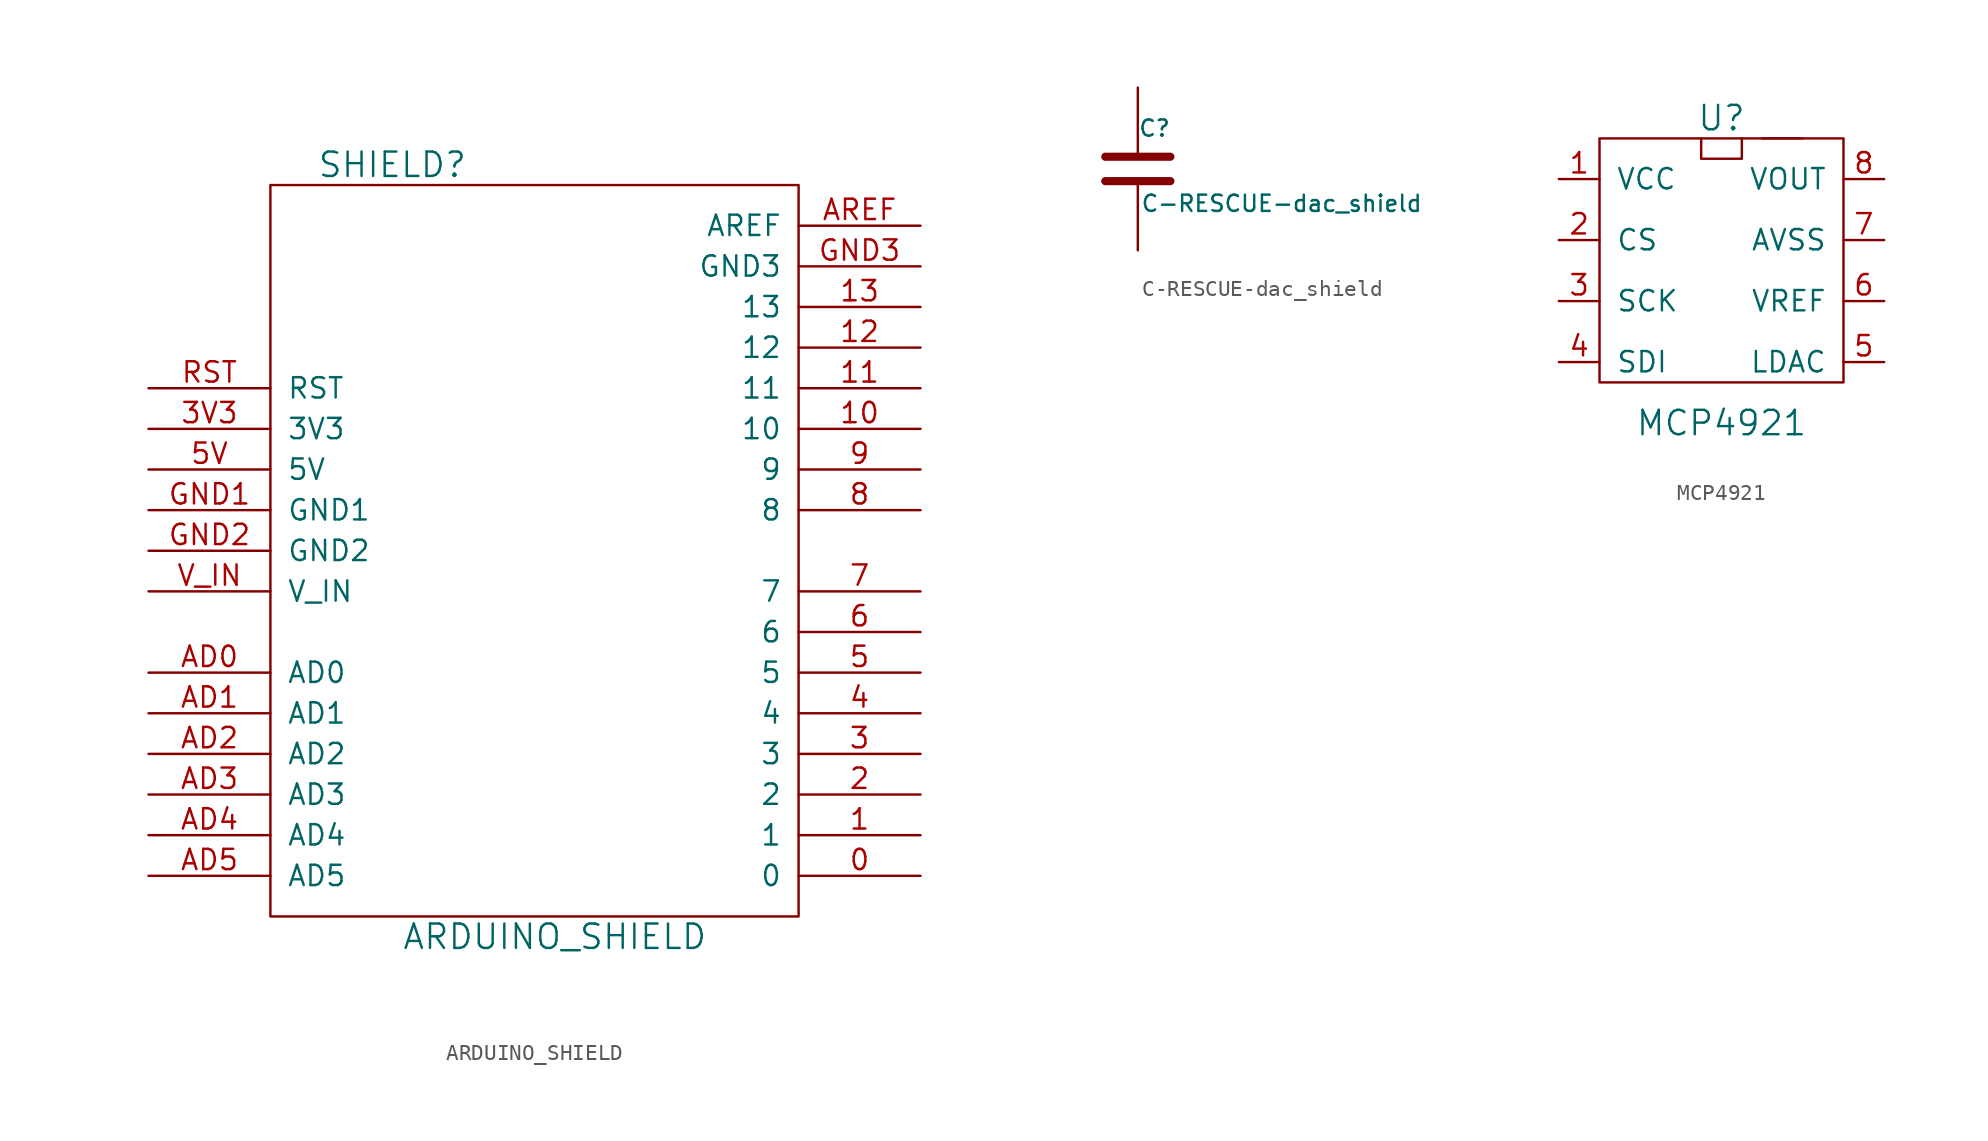
<source format=kicad_sym>
(kicad_symbol_lib
  (version 20211014)
  (generator kicad_symbol_editor)
  (symbol "ARDUINO_SHIELD"
    (pin_names
      (offset 1.016))
    (property "Reference" "SHIELD"
      (at -8.89 24.13 0)
      (effects (font (size 1.524 1.524))))
    (property "Value" "ARDUINO_SHIELD"
      (at 1.27 -24.13 0)
      (effects (font (size 1.524 1.524))))
    (property "Footprint" ""
      (at 0 0 0)
      (effects (font (size 1.524 1.524))))
    (property "Datasheet" ""
      (at 0 0 0)
      (effects (font (size 1.524 1.524))))
    (symbol "ARDUINO_SHIELD_0_1"
      (rectangle (start -16.51 -22.86) (end 16.51 22.86) (stroke (width 0) (type default) (color 0 0 0 0)) (fill (type none))))
    (symbol "ARDUINO_SHIELD_1_1"
      (pin bidirectional line (at 24.13 -20.32 180) (length 7.62) (name "0" (effects (font (size 1.27 1.27)))) (number "0" (effects (font (size 1.27 1.27)))))
      (pin bidirectional line (at 24.13 -17.78 180) (length 7.62) (name "1" (effects (font (size 1.27 1.27)))) (number "1" (effects (font (size 1.27 1.27)))))
      (pin bidirectional line (at 24.13 7.62 180) (length 7.62) (name "10" (effects (font (size 1.27 1.27)))) (number "10" (effects (font (size 1.27 1.27)))))
      (pin bidirectional line (at 24.13 10.16 180) (length 7.62) (name "11" (effects (font (size 1.27 1.27)))) (number "11" (effects (font (size 1.27 1.27)))))
      (pin bidirectional line (at 24.13 12.7 180) (length 7.62) (name "12" (effects (font (size 1.27 1.27)))) (number "12" (effects (font (size 1.27 1.27)))))
      (pin bidirectional line (at 24.13 15.24 180) (length 7.62) (name "13" (effects (font (size 1.27 1.27)))) (number "13" (effects (font (size 1.27 1.27)))))
      (pin bidirectional line (at 24.13 -15.24 180) (length 7.62) (name "2" (effects (font (size 1.27 1.27)))) (number "2" (effects (font (size 1.27 1.27)))))
      (pin bidirectional line (at 24.13 -12.7 180) (length 7.62) (name "3" (effects (font (size 1.27 1.27)))) (number "3" (effects (font (size 1.27 1.27)))))
      (pin power_in line (at -24.13 7.62 0) (length 7.62) (name "3V3" (effects (font (size 1.27 1.27)))) (number "3V3" (effects (font (size 1.27 1.27)))))
      (pin bidirectional line (at 24.13 -10.16 180) (length 7.62) (name "4" (effects (font (size 1.27 1.27)))) (number "4" (effects (font (size 1.27 1.27)))))
      (pin bidirectional line (at 24.13 -7.62 180) (length 7.62) (name "5" (effects (font (size 1.27 1.27)))) (number "5" (effects (font (size 1.27 1.27)))))
      (pin power_in line (at -24.13 5.08 0) (length 7.62) (name "5V" (effects (font (size 1.27 1.27)))) (number "5V" (effects (font (size 1.27 1.27)))))
      (pin bidirectional line (at 24.13 -5.08 180) (length 7.62) (name "6" (effects (font (size 1.27 1.27)))) (number "6" (effects (font (size 1.27 1.27)))))
      (pin bidirectional line (at 24.13 -2.54 180) (length 7.62) (name "7" (effects (font (size 1.27 1.27)))) (number "7" (effects (font (size 1.27 1.27)))))
      (pin bidirectional line (at 24.13 2.54 180) (length 7.62) (name "8" (effects (font (size 1.27 1.27)))) (number "8" (effects (font (size 1.27 1.27)))))
      (pin bidirectional line (at 24.13 5.08 180) (length 7.62) (name "9" (effects (font (size 1.27 1.27)))) (number "9" (effects (font (size 1.27 1.27)))))
      (pin bidirectional line (at -24.13 -7.62 0) (length 7.62) (name "AD0" (effects (font (size 1.27 1.27)))) (number "AD0" (effects (font (size 1.27 1.27)))))
      (pin bidirectional line (at -24.13 -10.16 0) (length 7.62) (name "AD1" (effects (font (size 1.27 1.27)))) (number "AD1" (effects (font (size 1.27 1.27)))))
      (pin bidirectional line (at -24.13 -12.7 0) (length 7.62) (name "AD2" (effects (font (size 1.27 1.27)))) (number "AD2" (effects (font (size 1.27 1.27)))))
      (pin bidirectional line (at -24.13 -15.24 0) (length 7.62) (name "AD3" (effects (font (size 1.27 1.27)))) (number "AD3" (effects (font (size 1.27 1.27)))))
      (pin bidirectional line (at -24.13 -17.78 0) (length 7.62) (name "AD4" (effects (font (size 1.27 1.27)))) (number "AD4" (effects (font (size 1.27 1.27)))))
      (pin bidirectional line (at -24.13 -20.32 0) (length 7.62) (name "AD5" (effects (font (size 1.27 1.27)))) (number "AD5" (effects (font (size 1.27 1.27)))))
      (pin power_in line (at 24.13 20.32 180) (length 7.62) (name "AREF" (effects (font (size 1.27 1.27)))) (number "AREF" (effects (font (size 1.27 1.27)))))
      (pin power_in line (at -24.13 2.54 0) (length 7.62) (name "GND1" (effects (font (size 1.27 1.27)))) (number "GND1" (effects (font (size 1.27 1.27)))))
      (pin power_in line (at -24.13 0 0) (length 7.62) (name "GND2" (effects (font (size 1.27 1.27)))) (number "GND2" (effects (font (size 1.27 1.27)))))
      (pin power_in line (at 24.13 17.78 180) (length 7.62) (name "GND3" (effects (font (size 1.27 1.27)))) (number "GND3" (effects (font (size 1.27 1.27)))))
      (pin input line (at -24.13 10.16 0) (length 7.62) (name "RST" (effects (font (size 1.27 1.27)))) (number "RST" (effects (font (size 1.27 1.27)))))
      (pin power_in line (at -24.13 -2.54 0) (length 7.62) (name "V_IN" (effects (font (size 1.27 1.27)))) (number "V_IN" (effects (font (size 1.27 1.27)))))))
  (symbol "C-RESCUE-dac_shield"
    (pin_numbers hide)
    (pin_names
      (offset 0.254))
    (property "Reference" "C"
      (at 0 2.54 0)
      (effects (font (size 1.016 1.016)) (justify left)))
    (property "Value" "C-RESCUE-dac_shield"
      (at 0.152 -2.159 0)
      (effects (font (size 1.016 1.016)) (justify left)))
    (property "Footprint" ""
      (at 0.965 -3.81 0)
      (effects (font (size 0.762 0.762))))
    (property "Datasheet" ""
      (at 0 0 0)
      (effects (font (size 1.524 1.524))))
    (symbol "C-RESCUE-dac_shield_0_1"
      (polyline (pts (xy -2.032 -0.762) (xy 2.032 -0.762)) (stroke (width 0.508) (type default) (color 0 0 0 0)) (fill (type none)))
      (polyline (pts (xy -2.032 0.762) (xy 2.032 0.762)) (stroke (width 0.508) (type default) (color 0 0 0 0)) (fill (type none))))
    (symbol "C-RESCUE-dac_shield_1_1"
      (pin passive line (at 0 5.08 270) (length 4.318) (name "~" (effects (font (size 1.016 1.016)))) (number "1" (effects (font (size 1.016 1.016)))))
      (pin passive line (at 0 -5.08 90) (length 4.318) (name "~" (effects (font (size 1.016 1.016)))) (number "2" (effects (font (size 1.016 1.016)))))))
  (symbol "MCP4921"
    (pin_names
      (offset 1.016))
    (property "Reference" "U"
      (at 0 8.89 0)
      (effects (font (size 1.524 1.524))))
    (property "Value" "MCP4921"
      (at 0 -10.16 0)
      (effects (font (size 1.524 1.524))))
    (property "Footprint" ""
      (at 0 0 0)
      (effects (font (size 1.524 1.524))))
    (property "Datasheet" ""
      (at 0 0 0)
      (effects (font (size 1.524 1.524))))
    (symbol "MCP4921_0_1"
      (rectangle (start -7.62 7.62) (end 7.62 -7.62) (stroke (width 0) (type default) (color 0 0 0 0)) (fill (type none)))
      (polyline (pts (xy 1.27 7.62) (xy 1.27 7.62)) (stroke (width 0) (type default) (color 0 0 0 0)) (fill (type none)))
      (polyline (pts (xy 5.08 7.62) (xy 2.54 7.62) (xy 2.54 7.62) (xy 2.54 7.62)) (stroke (width 0) (type default) (color 0 0 0 0)) (fill (type none)))
      (polyline (pts (xy 1.27 7.62) (xy 1.27 6.35) (xy -1.27 6.35) (xy -1.27 7.62) (xy -1.27 7.62)) (stroke (width 0) (type default) (color 0 0 0 0)) (fill (type none))))
    (symbol "MCP4921_1_1"
      (pin passive line (at -10.16 5.08 0) (length 2.54) (name "VCC" (effects (font (size 1.27 1.27)))) (number "1" (effects (font (size 1.27 1.27)))))
      (pin passive line (at -10.16 1.27 0) (length 2.54) (name "CS" (effects (font (size 1.27 1.27)))) (number "2" (effects (font (size 1.27 1.27)))))
      (pin passive line (at -10.16 -2.54 0) (length 2.54) (name "SCK" (effects (font (size 1.27 1.27)))) (number "3" (effects (font (size 1.27 1.27)))))
      (pin passive line (at -10.16 -6.35 0) (length 2.54) (name "SDI" (effects (font (size 1.27 1.27)))) (number "4" (effects (font (size 1.27 1.27)))))
      (pin input line (at 10.16 -6.35 180) (length 2.54) (name "LDAC" (effects (font (size 1.27 1.27)))) (number "5" (effects (font (size 1.27 1.27)))))
      (pin power_in line (at 10.16 -2.54 180) (length 2.54) (name "VREF" (effects (font (size 1.27 1.27)))) (number "6" (effects (font (size 1.27 1.27)))))
      (pin power_out line (at 10.16 1.27 180) (length 2.54) (name "AVSS" (effects (font (size 1.27 1.27)))) (number "7" (effects (font (size 1.27 1.27)))))
      (pin passive line (at 10.16 5.08 180) (length 2.54) (name "VOUT" (effects (font (size 1.27 1.27)))) (number "8" (effects (font (size 1.27 1.27))))))))
</source>
